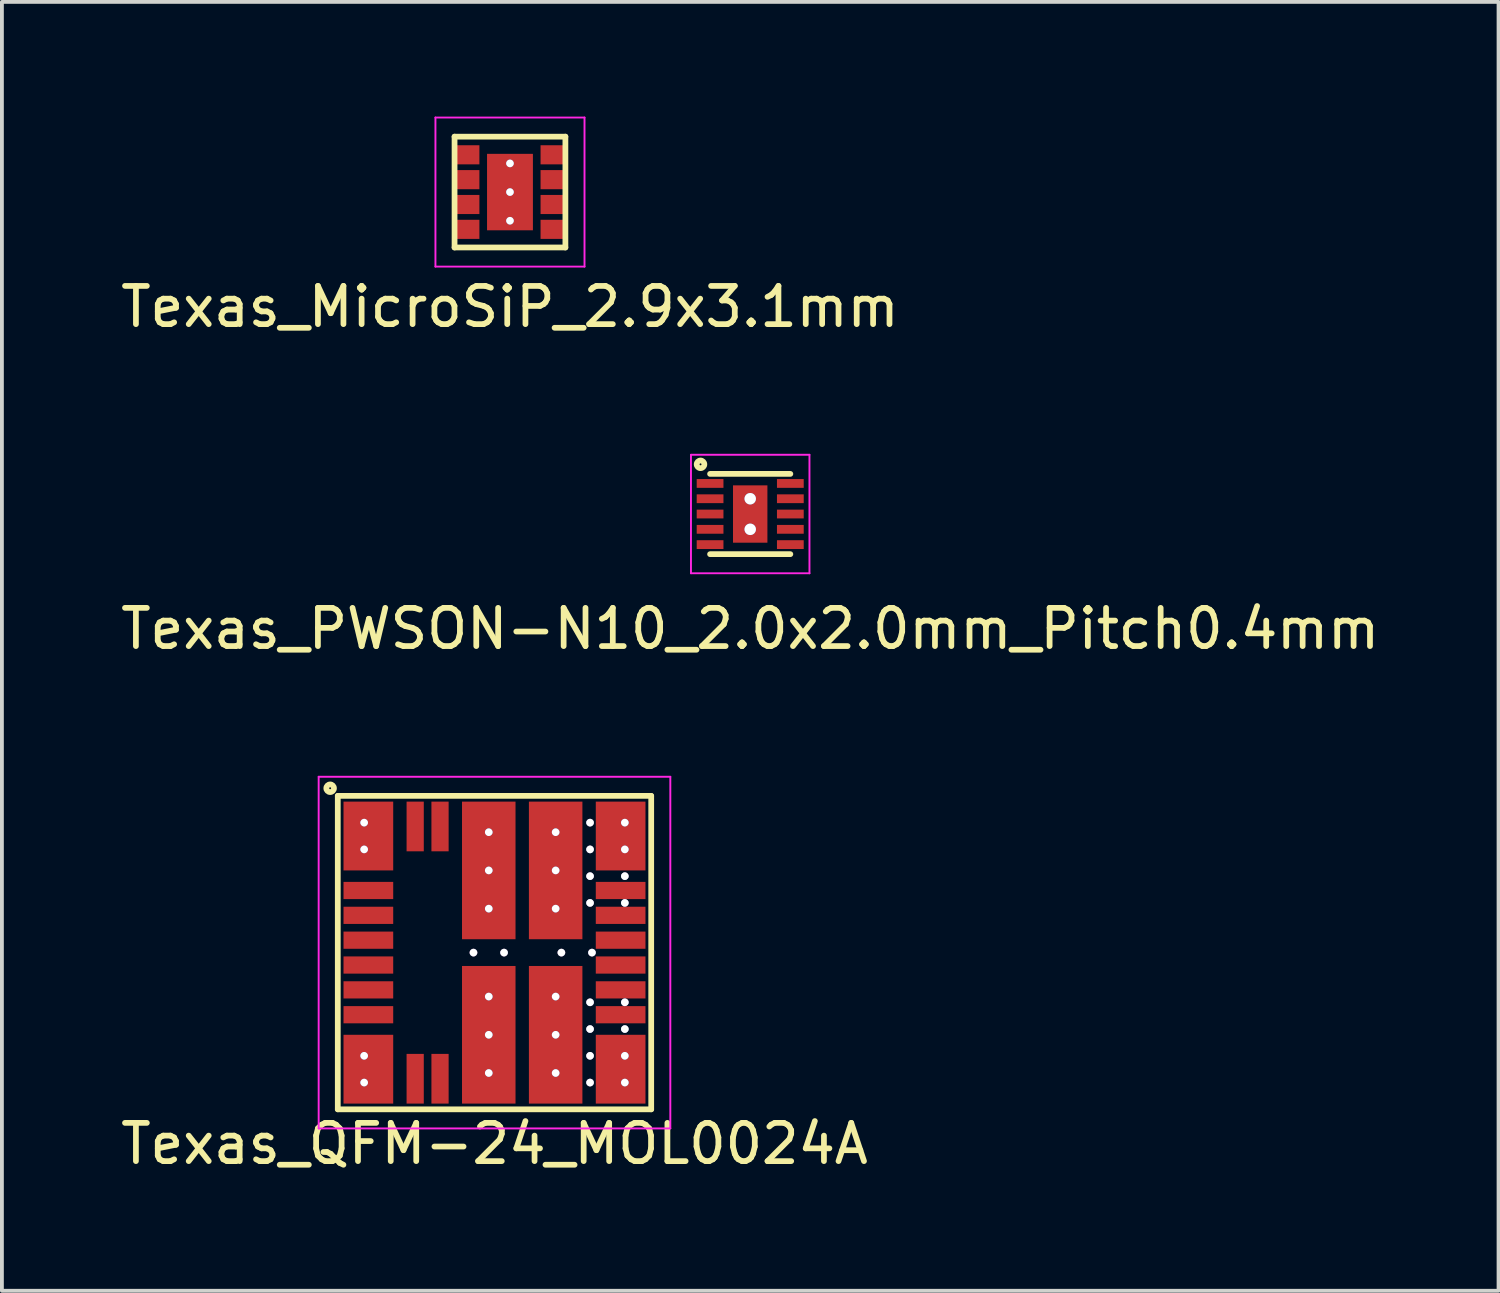
<source format=kicad_pcb>
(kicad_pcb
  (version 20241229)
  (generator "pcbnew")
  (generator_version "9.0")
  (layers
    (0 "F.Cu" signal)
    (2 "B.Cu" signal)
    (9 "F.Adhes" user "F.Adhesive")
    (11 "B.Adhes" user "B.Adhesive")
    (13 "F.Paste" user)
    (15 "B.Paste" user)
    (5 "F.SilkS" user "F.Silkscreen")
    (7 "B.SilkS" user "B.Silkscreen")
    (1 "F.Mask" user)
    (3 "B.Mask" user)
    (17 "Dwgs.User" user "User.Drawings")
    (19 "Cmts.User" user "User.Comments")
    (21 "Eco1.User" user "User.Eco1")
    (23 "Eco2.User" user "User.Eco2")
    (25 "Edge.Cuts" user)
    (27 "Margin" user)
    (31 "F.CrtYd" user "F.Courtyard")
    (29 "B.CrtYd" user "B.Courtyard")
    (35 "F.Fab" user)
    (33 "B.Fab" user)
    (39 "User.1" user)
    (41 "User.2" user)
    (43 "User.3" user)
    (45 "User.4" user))
  (footprint "Texas_PWSON-N10_2.0x2.0mm_Pitch0.4mm"
    (layer "F.Cu")
    (at 16.577 10.398)
    (property "Reference" "Texas_PWSON-N10_2.0x2.0mm_Pitch0.4mm" (at 0 3 0) (layer "F.SilkS") (effects (font (size 1 1) (thickness 0.15))))
    (attr through_hole)
    (fp_line (start -1.05 -1.05) (end 1.05 -1.05) (stroke (width 0.15) (type solid)) (layer "F.SilkS"))
    (fp_line (start -1.05 1.05) (end 1.05 1.05) (stroke (width 0.15) (type solid)) (layer "F.SilkS"))
    (fp_circle (center -1.3 -1.3) (end -1.2 -1.3) (stroke (width 0.15) (type solid)) (fill no) (layer "F.SilkS"))
    (fp_line (start -1.55 -1.55) (end -1.55 1.55) (stroke (width 0.05) (type solid)) (layer "F.CrtYd"))
    (fp_line (start -1.55 1.55) (end 1.55 1.55) (stroke (width 0.05) (type solid)) (layer "F.CrtYd"))
    (fp_line (start 1.55 -1.55) (end -1.55 -1.55) (stroke (width 0.05) (type solid)) (layer "F.CrtYd"))
    (fp_line (start 1.55 1.55) (end 1.55 -1.55) (stroke (width 0.05) (type solid)) (layer "F.CrtYd"))
    (pad "1" smd rect (at -1.05 -0.8) (size 0.7 0.23) (layers "F.Cu" "F.Mask" "F.Paste"))
    (pad "2" smd rect (at -1.05 -0.4) (size 0.7 0.23) (layers "F.Cu" "F.Mask" "F.Paste"))
    (pad "3" smd rect (at -1.05 0) (size 0.7 0.23) (layers "F.Cu" "F.Mask" "F.Paste"))
    (pad "4" smd rect (at -1.05 0.4) (size 0.7 0.23) (layers "F.Cu" "F.Mask" "F.Paste"))
    (pad "5" smd rect (at -1.05 0.8) (size 0.7 0.23) (layers "F.Cu" "F.Mask" "F.Paste"))
    (pad "6" smd rect (at 1.05 0.8) (size 0.7 0.23) (layers "F.Cu" "F.Mask" "F.Paste"))
    (pad "7" smd rect (at 1.05 0.4) (size 0.7 0.23) (layers "F.Cu" "F.Mask" "F.Paste"))
    (pad "8" smd rect (at 1.05 0) (size 0.7 0.23) (layers "F.Cu" "F.Mask" "F.Paste"))
    (pad "9" smd rect (at 1.05 -0.4) (size 0.7 0.23) (layers "F.Cu" "F.Mask" "F.Paste"))
    (pad "10" smd rect (at 1.05 -0.8) (size 0.7 0.23) (layers "F.Cu" "F.Mask" "F.Paste"))
    (pad "PAD" thru_hole circle (at 0 -0.4) (size 0.3 0.3) (drill 0.3) (layers "*.Cu" "*.Mask"))
    (pad "PAD" smd rect (at 0 0) (size 0.9 1.5) (layers "F.Cu" "F.Mask" "F.Paste"))
    (pad "PAD" thru_hole circle (at 0 0.4) (size 0.3 0.3) (drill 0.3) (layers "*.Cu" "*.Mask")))
  (footprint "Texas_MicroSiP_2.9x3.1mm"
    (layer "F.Cu")
    (at 10.292 1.975)
    (property "Reference" "Texas_MicroSiP_2.9x3.1mm" (at 0 3 0) (layer "F.SilkS") (effects (font (size 1 1) (thickness 0.15))))
    (attr through_hole)
    (fp_line (start -1.45 -1.45) (end -1.45 1.45) (stroke (width 0.15) (type solid)) (layer "F.SilkS"))
    (fp_line (start -1.45 1.45) (end 1.45 1.45) (stroke (width 0.15) (type solid)) (layer "F.SilkS"))
    (fp_line (start 1.45 -1.45) (end -1.45 -1.45) (stroke (width 0.15) (type solid)) (layer "F.SilkS"))
    (fp_line (start 1.45 1.45) (end 1.45 -1.45) (stroke (width 0.15) (type solid)) (layer "F.SilkS"))
    (fp_line (start -1.95 -1.95) (end -1.95 1.95) (stroke (width 0.05) (type solid)) (layer "F.CrtYd"))
    (fp_line (start -1.95 1.95) (end 1.95 1.95) (stroke (width 0.05) (type solid)) (layer "F.CrtYd"))
    (fp_line (start 1.95 -1.95) (end -1.95 -1.95) (stroke (width 0.05) (type solid)) (layer "F.CrtYd"))
    (fp_line (start 1.95 1.95) (end 1.95 -1.95) (stroke (width 0.05) (type solid)) (layer "F.CrtYd"))
    (pad "1" smd rect (at -1.1 -0.975) (size 0.6 0.5) (layers "F.Cu" "F.Mask" "F.Paste"))
    (pad "2" smd rect (at -1.1 -0.325) (size 0.6 0.5) (layers "F.Cu" "F.Mask" "F.Paste"))
    (pad "3" smd rect (at -1.1 0.325) (size 0.6 0.5) (layers "F.Cu" "F.Mask" "F.Paste"))
    (pad "4" smd rect (at -1.1 0.975) (size 0.6 0.5) (layers "F.Cu" "F.Mask" "F.Paste"))
    (pad "5" smd rect (at 1.1 0.975) (size 0.6 0.5) (layers "F.Cu" "F.Mask" "F.Paste"))
    (pad "6" smd rect (at 1.1 0.325) (size 0.6 0.5) (layers "F.Cu" "F.Mask" "F.Paste"))
    (pad "7" smd rect (at 1.1 -0.325) (size 0.6 0.5) (layers "F.Cu" "F.Mask" "F.Paste"))
    (pad "8" smd rect (at 1.1 -0.975) (size 0.6 0.5) (layers "F.Cu" "F.Mask" "F.Paste"))
    (pad "PAD" thru_hole circle (at 0 -0.75) (size 0.2 0.2) (drill 0.2) (layers "*.Cu" "*.Mask"))
    (pad "PAD" thru_hole circle (at 0 0) (size 0.2 0.2) (drill 0.2) (layers "*.Cu" "*.Mask"))
    (pad "PAD" smd rect (at 0 0) (size 1.2 2) (layers "F.Cu" "F.Mask" "F.Paste"))
    (pad "PAD" thru_hole circle (at 0 0.75) (size 0.2 0.2) (drill 0.2) (layers "*.Cu" "*.Mask")))
  (footprint "Texas_QFM-24_MOL0024A"
    (layer "F.Cu")
    (at 9.887 21.872)
    (property "Reference" "Texas_QFM-24_MOL0024A" (at 0 5 0) (layer "F.SilkS") (effects (font (size 1 1) (thickness 0.15))))
    (attr through_hole)
    (fp_line (start -4.1 -4.1) (end -4.1 4.1) (stroke (width 0.15) (type solid)) (layer "F.SilkS"))
    (fp_line (start -4.1 4.1) (end 4.1 4.1) (stroke (width 0.15) (type solid)) (layer "F.SilkS"))
    (fp_line (start 4.1 -4.1) (end -4.1 -4.1) (stroke (width 0.15) (type solid)) (layer "F.SilkS"))
    (fp_line (start 4.1 4.1) (end 4.1 -4.1) (stroke (width 0.15) (type solid)) (layer "F.SilkS"))
    (fp_circle (center -4.3 -4.3) (end -4.2 -4.3) (stroke (width 0.15) (type solid)) (fill no) (layer "F.SilkS"))
    (fp_line (start -4.6 -4.6) (end -4.6 4.6) (stroke (width 0.05) (type solid)) (layer "F.CrtYd"))
    (fp_line (start -4.6 4.6) (end 4.6 4.6) (stroke (width 0.05) (type solid)) (layer "F.CrtYd"))
    (fp_line (start 4.6 -4.6) (end -4.6 -4.6) (stroke (width 0.05) (type solid)) (layer "F.CrtYd"))
    (fp_line (start 4.6 4.6) (end 4.6 -4.6) (stroke (width 0.05) (type solid)) (layer "F.CrtYd"))
    (pad "1" thru_hole circle (at -3.41 -3.4) (size 0.2 0.2) (drill 0.2) (layers "*.Cu" "*.Mask"))
    (pad "1" thru_hole circle (at -3.41 -2.7) (size 0.2 0.2) (drill 0.2) (layers "*.Cu" "*.Mask"))
    (pad "1" smd rect (at -3.3 -3.05) (size 1.3 1.8) (layers "F.Cu" "F.Mask" "F.Paste"))
    (pad "2" smd rect (at -3.3 -1.625) (size 1.3 0.45) (layers "F.Cu" "F.Mask" "F.Paste"))
    (pad "3" smd rect (at -3.3 -0.975) (size 1.3 0.45) (layers "F.Cu" "F.Mask" "F.Paste"))
    (pad "4" smd rect (at -3.3 -0.325) (size 1.3 0.45) (layers "F.Cu" "F.Mask" "F.Paste"))
    (pad "5" smd rect (at -3.3 0.325) (size 1.3 0.45) (layers "F.Cu" "F.Mask" "F.Paste"))
    (pad "6" smd rect (at -3.3 0.975) (size 1.3 0.45) (layers "F.Cu" "F.Mask" "F.Paste"))
    (pad "7" smd rect (at -3.3 1.625) (size 1.3 0.45) (layers "F.Cu" "F.Mask" "F.Paste"))
    (pad "8" thru_hole circle (at -3.41 2.7) (size 0.2 0.2) (drill 0.2) (layers "*.Cu" "*.Mask"))
    (pad "8" thru_hole circle (at -3.41 3.4) (size 0.2 0.2) (drill 0.2) (layers "*.Cu" "*.Mask"))
    (pad "8" smd rect (at -3.3 3.05) (size 1.3 1.8) (layers "F.Cu" "F.Mask" "F.Paste"))
    (pad "9" smd rect (at -2.075 3.3) (size 0.45 1.3) (layers "F.Cu" "F.Mask" "F.Paste"))
    (pad "10" smd rect (at -1.425 3.3) (size 0.45 1.3) (layers "F.Cu" "F.Mask" "F.Paste"))
    (pad "11" thru_hole circle (at -0.55 0) (size 0.2 0.2) (drill 0.2) (layers "*.Cu" "*.Mask"))
    (pad "11" thru_hole circle (at -0.15 1.15) (size 0.2 0.2) (drill 0.2) (layers "*.Cu" "*.Mask"))
    (pad "11" thru_hole circle (at -0.15 2.15) (size 0.2 0.2) (drill 0.2) (layers "*.Cu" "*.Mask"))
    (pad "11" smd rect (at -0.15 2.15) (size 1.4 3.6) (layers "F.Cu" "F.Mask" "F.Paste"))
    (pad "11" thru_hole circle (at -0.15 3.15) (size 0.2 0.2) (drill 0.2) (layers "*.Cu" "*.Mask"))
    (pad "11" thru_hole circle (at 0.25 0) (size 0.2 0.2) (drill 0.2) (layers "*.Cu" "*.Mask"))
    (pad "12" thru_hole circle (at 1.6 1.15) (size 0.2 0.2) (drill 0.2) (layers "*.Cu" "*.Mask"))
    (pad "12" thru_hole circle (at 1.6 2.15) (size 0.2 0.2) (drill 0.2) (layers "*.Cu" "*.Mask"))
    (pad "12" smd rect (at 1.6 2.15) (size 1.4 3.6) (layers "F.Cu" "F.Mask" "F.Paste"))
    (pad "12" thru_hole circle (at 1.6 3.15) (size 0.2 0.2) (drill 0.2) (layers "*.Cu" "*.Mask"))
    (pad "13" thru_hole circle (at 2.5 1.3) (size 0.2 0.2) (drill 0.2) (layers "*.Cu" "*.Mask"))
    (pad "13" thru_hole circle (at 2.5 2) (size 0.2 0.2) (drill 0.2) (layers "*.Cu" "*.Mask"))
    (pad "13" thru_hole circle (at 2.5 2.7) (size 0.2 0.2) (drill 0.2) (layers "*.Cu" "*.Mask"))
    (pad "13" thru_hole circle (at 2.5 3.4) (size 0.2 0.2) (drill 0.2) (layers "*.Cu" "*.Mask"))
    (pad "13" smd rect (at 3.3 3.05) (size 1.3 1.8) (layers "F.Cu" "F.Mask" "F.Paste"))
    (pad "13" thru_hole circle (at 3.41 1.3) (size 0.2 0.2) (drill 0.2) (layers "*.Cu" "*.Mask"))
    (pad "13" thru_hole circle (at 3.41 2) (size 0.2 0.2) (drill 0.2) (layers "*.Cu" "*.Mask"))
    (pad "13" thru_hole circle (at 3.41 2.7) (size 0.2 0.2) (drill 0.2) (layers "*.Cu" "*.Mask"))
    (pad "13" thru_hole circle (at 3.41 3.4) (size 0.2 0.2) (drill 0.2) (layers "*.Cu" "*.Mask"))
    (pad "14" smd rect (at 3.3 1.625) (size 1.3 0.45) (layers "F.Cu" "F.Mask" "F.Paste"))
    (pad "15" smd rect (at 3.3 0.975) (size 1.3 0.45) (layers "F.Cu" "F.Mask" "F.Paste"))
    (pad "16" smd rect (at 3.3 0.325) (size 1.3 0.45) (layers "F.Cu" "F.Mask" "F.Paste"))
    (pad "17" smd rect (at 3.3 -0.325) (size 1.3 0.45) (layers "F.Cu" "F.Mask" "F.Paste"))
    (pad "18" smd rect (at 3.3 -0.975) (size 1.3 0.45) (layers "F.Cu" "F.Mask" "F.Paste"))
    (pad "19" smd rect (at 3.3 -1.625) (size 1.3 0.45) (layers "F.Cu" "F.Mask" "F.Paste"))
    (pad "20" thru_hole circle (at 2.5 -3.4) (size 0.2 0.2) (drill 0.2) (layers "*.Cu" "*.Mask"))
    (pad "20" thru_hole circle (at 2.5 -2.7) (size 0.2 0.2) (drill 0.2) (layers "*.Cu" "*.Mask"))
    (pad "20" thru_hole circle (at 2.5 -2) (size 0.2 0.2) (drill 0.2) (layers "*.Cu" "*.Mask"))
    (pad "20" thru_hole circle (at 2.5 -1.3) (size 0.2 0.2) (drill 0.2) (layers "*.Cu" "*.Mask"))
    (pad "20" smd rect (at 3.3 -3.05) (size 1.3 1.8) (layers "F.Cu" "F.Mask" "F.Paste"))
    (pad "20" thru_hole circle (at 3.41 -3.4) (size 0.2 0.2) (drill 0.2) (layers "*.Cu" "*.Mask"))
    (pad "20" thru_hole circle (at 3.41 -2.7) (size 0.2 0.2) (drill 0.2) (layers "*.Cu" "*.Mask"))
    (pad "20" thru_hole circle (at 3.41 -2) (size 0.2 0.2) (drill 0.2) (layers "*.Cu" "*.Mask"))
    (pad "20" thru_hole circle (at 3.41 -1.3) (size 0.2 0.2) (drill 0.2) (layers "*.Cu" "*.Mask"))
    (pad "21" thru_hole circle (at 1.6 -3.15) (size 0.2 0.2) (drill 0.2) (layers "*.Cu" "*.Mask"))
    (pad "21" thru_hole circle (at 1.6 -2.15) (size 0.2 0.2) (drill 0.2) (layers "*.Cu" "*.Mask"))
    (pad "21" smd rect (at 1.6 -2.15) (size 1.4 3.6) (layers "F.Cu" "F.Mask" "F.Paste"))
    (pad "21" thru_hole circle (at 1.6 -1.15) (size 0.2 0.2) (drill 0.2) (layers "*.Cu" "*.Mask"))
    (pad "21" thru_hole circle (at 1.75 0) (size 0.2 0.2) (drill 0.2) (layers "*.Cu" "*.Mask"))
    (pad "21" thru_hole circle (at 2.55 0) (size 0.2 0.2) (drill 0.2) (layers "*.Cu" "*.Mask"))
    (pad "22" thru_hole circle (at -0.15 -3.15) (size 0.2 0.2) (drill 0.2) (layers "*.Cu" "*.Mask"))
    (pad "22" thru_hole circle (at -0.15 -2.15) (size 0.2 0.2) (drill 0.2) (layers "*.Cu" "*.Mask"))
    (pad "22" smd rect (at -0.15 -2.15) (size 1.4 3.6) (layers "F.Cu" "F.Mask" "F.Paste"))
    (pad "22" thru_hole circle (at -0.15 -1.15) (size 0.2 0.2) (drill 0.2) (layers "*.Cu" "*.Mask"))
    (pad "23" smd rect (at -1.425 -3.3) (size 0.45 1.3) (layers "F.Cu" "F.Mask" "F.Paste"))
    (pad "24" smd rect (at -2.075 -3.3) (size 0.45 1.3) (layers "F.Cu" "F.Mask" "F.Paste")))
  (gr_rect
    (start -3 -3)
    (end 36.155 30.72)
    (stroke (width 0.1) (type default))
    (fill no)
    (layer "Edge.Cuts")))
</source>
